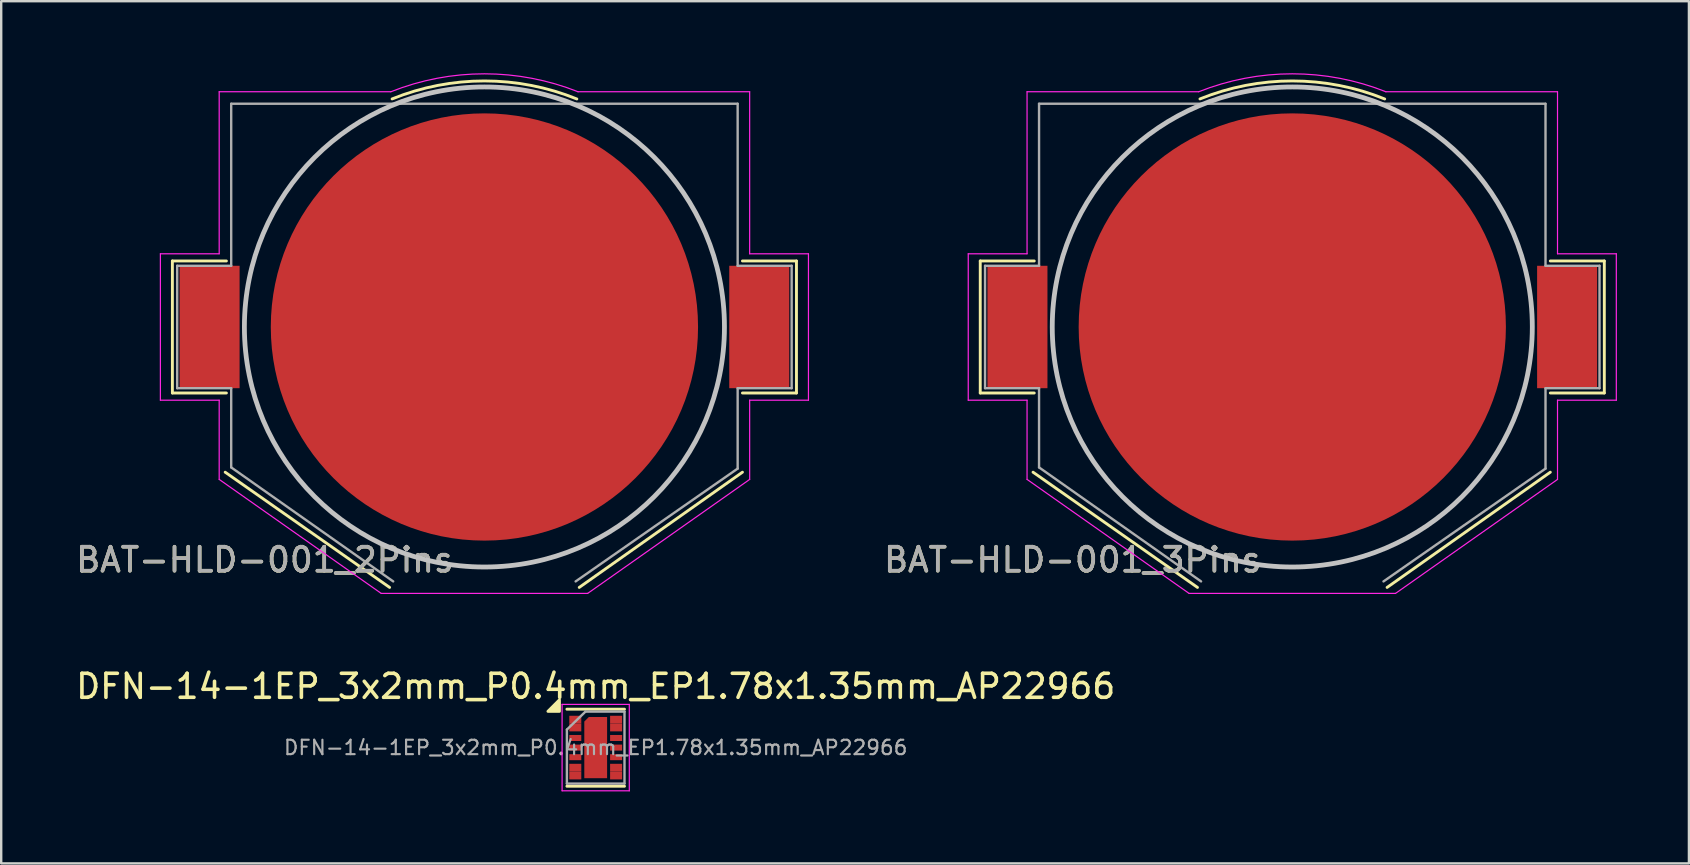
<source format=kicad_pcb>
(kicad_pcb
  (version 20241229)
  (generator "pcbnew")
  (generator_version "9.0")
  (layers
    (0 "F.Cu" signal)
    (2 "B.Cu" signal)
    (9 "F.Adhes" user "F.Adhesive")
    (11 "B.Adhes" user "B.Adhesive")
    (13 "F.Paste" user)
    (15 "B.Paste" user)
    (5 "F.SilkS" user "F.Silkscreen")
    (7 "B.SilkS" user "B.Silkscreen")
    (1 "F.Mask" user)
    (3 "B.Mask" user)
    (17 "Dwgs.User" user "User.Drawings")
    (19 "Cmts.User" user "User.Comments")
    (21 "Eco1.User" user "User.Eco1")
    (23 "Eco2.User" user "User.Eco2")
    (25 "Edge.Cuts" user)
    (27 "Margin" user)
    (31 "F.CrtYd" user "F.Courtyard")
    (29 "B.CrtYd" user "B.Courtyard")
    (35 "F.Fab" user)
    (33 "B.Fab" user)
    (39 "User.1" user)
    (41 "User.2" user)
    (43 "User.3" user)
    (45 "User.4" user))
  (footprint "BAT-HLD-001_3Pins"
    (layer "F.Cu")
    (at 50.789 10.573)
    (property "Reference" "BAT-HLD-001_3Pins" (at -9.15 9.7 0) (layer "F.SilkS") (effects (font (size 1 1) (thickness 0.15))))
    (attr smd)
    (fp_line (start -13 -2.75) (end -13 2.75) (stroke (width 0.12) (type solid)) (layer "F.SilkS"))
    (fp_line (start -13 2.75) (end -10.75 2.75) (stroke (width 0.12) (type solid)) (layer "F.SilkS"))
    (fp_line (start -10.8 6.05) (end -3.95 10.85) (stroke (width 0.12) (type solid)) (layer "F.SilkS"))
    (fp_line (start -10.75 -2.75) (end -13 -2.75) (stroke (width 0.12) (type solid)) (layer "F.SilkS"))
    (fp_line (start 3.95 10.85) (end 10.75 6.05) (stroke (width 0.12) (type solid)) (layer "F.SilkS"))
    (fp_line (start 10.75 2.75) (end 13 2.75) (stroke (width 0.12) (type solid)) (layer "F.SilkS"))
    (fp_line (start 13 -2.75) (end 10.75 -2.75) (stroke (width 0.12) (type solid)) (layer "F.SilkS"))
    (fp_line (start 13 2.75) (end 13 -2.75) (stroke (width 0.12) (type solid)) (layer "F.SilkS"))
    (fp_arc (start -3.846385 -9.501464) (mid 0.00195 -10.250487) (end 3.85 -9.5) (stroke (width 0.12) (type solid)) (layer "F.SilkS"))
    (fp_circle (center 0 0) (end 10 0) (stroke (width 0.2) (type solid)) (fill no) (layer "Dwgs.User"))
    (fp_line (start -13.5 -3.05) (end -11.05 -3.05) (stroke (width 0.05) (type solid)) (layer "F.CrtYd"))
    (fp_line (start -13.5 3.05) (end -13.5 -3.05) (stroke (width 0.05) (type solid)) (layer "F.CrtYd"))
    (fp_line (start -11.05 -9.8) (end -3.9 -9.8) (stroke (width 0.05) (type solid)) (layer "F.CrtYd"))
    (fp_line (start -11.05 -3.05) (end -11.05 -9.8) (stroke (width 0.05) (type solid)) (layer "F.CrtYd"))
    (fp_line (start -11.05 3.05) (end -13.5 3.05) (stroke (width 0.05) (type solid)) (layer "F.CrtYd"))
    (fp_line (start -11.05 6.35) (end -11.05 3.05) (stroke (width 0.05) (type solid)) (layer "F.CrtYd"))
    (fp_line (start -4.3 11.1) (end -11.05 6.35) (stroke (width 0.05) (type solid)) (layer "F.CrtYd"))
    (fp_line (start 4.3 11.1) (end -4.3 11.1) (stroke (width 0.05) (type solid)) (layer "F.CrtYd"))
    (fp_line (start 11.05 -9.8) (end 3.9 -9.8) (stroke (width 0.05) (type solid)) (layer "F.CrtYd"))
    (fp_line (start 11.05 -9.8) (end 11.05 -3.05) (stroke (width 0.05) (type solid)) (layer "F.CrtYd"))
    (fp_line (start 11.05 -3.05) (end 13.5 -3.05) (stroke (width 0.05) (type solid)) (layer "F.CrtYd"))
    (fp_line (start 11.05 3.05) (end 11.05 6.35) (stroke (width 0.05) (type solid)) (layer "F.CrtYd"))
    (fp_line (start 11.05 6.35) (end 4.3 11.1) (stroke (width 0.05) (type solid)) (layer "F.CrtYd"))
    (fp_line (start 13.5 -3.05) (end 13.5 3.05) (stroke (width 0.05) (type solid)) (layer "F.CrtYd"))
    (fp_line (start 13.5 3.05) (end 11.05 3.05) (stroke (width 0.05) (type solid)) (layer "F.CrtYd"))
    (fp_arc (start -3.9 -9.8) (mid 0 -10.547512) (end 3.9 -9.8) (stroke (width 0.05) (type solid)) (layer "F.CrtYd"))
    (fp_line (start -12.8 -2.55) (end -12.8 2.55) (stroke (width 0.1) (type solid)) (layer "F.Fab"))
    (fp_line (start -12.8 -2.55) (end -10.55 -2.55) (stroke (width 0.1) (type solid)) (layer "F.Fab"))
    (fp_line (start -12.8 2.55) (end -10.55 2.55) (stroke (width 0.1) (type solid)) (layer "F.Fab"))
    (fp_line (start -10.55 -2.55) (end -10.55 -9.3) (stroke (width 0.1) (type solid)) (layer "F.Fab"))
    (fp_line (start -10.55 2.55) (end -10.55 5.85) (stroke (width 0.1) (type solid)) (layer "F.Fab"))
    (fp_line (start -10.55 5.85) (end -3.8 10.6) (stroke (width 0.1) (type solid)) (layer "F.Fab"))
    (fp_line (start 10.55 -9.3) (end -10.55 -9.3) (stroke (width 0.1) (type solid)) (layer "F.Fab"))
    (fp_line (start 10.55 -2.55) (end 10.55 -9.3) (stroke (width 0.1) (type solid)) (layer "F.Fab"))
    (fp_line (start 10.55 2.55) (end 10.55 5.9) (stroke (width 0.1) (type solid)) (layer "F.Fab"))
    (fp_line (start 10.55 2.55) (end 12.8 2.55) (stroke (width 0.1) (type solid)) (layer "F.Fab"))
    (fp_line (start 10.55 5.9) (end 3.8 10.6) (stroke (width 0.1) (type solid)) (layer "F.Fab"))
    (fp_line (start 12.8 -2.55) (end 10.55 -2.55) (stroke (width 0.1) (type solid)) (layer "F.Fab"))
    (fp_line (start 12.8 2.55) (end 12.8 -2.55) (stroke (width 0.1) (type solid)) (layer "F.Fab"))
    (fp_text user "${REFERENCE}" (at -9.15 9.7 0) (layer "F.Fab") (effects (font (size 1 1) (thickness 0.15))))
    (pad "1" smd rect (at -11.45 0) (size 2.5 5.1) (layers "F.Cu" "F.Mask" "F.Paste"))
    (pad "2" smd circle (at 0 0) (size 17.8 17.8) (layers "F.Cu" "F.Mask"))
    (pad "3" smd rect (at 11.45 0) (size 2.5 5.1) (layers "F.Cu" "F.Mask" "F.Paste")))
  (footprint "DFN-14-1EP_3x2mm_P0.4mm_EP1.78x1.35mm_AP22966"
    (layer "F.Cu")
    (at 21.768 28.096)
    (property "Reference" "DFN-14-1EP_3x2mm_P0.4mm_EP1.78x1.35mm_AP22966" (at 0 -2.55 0) (layer "F.SilkS") (effects (font (size 1 1) (thickness 0.15))))
    (attr smd)
    (fp_line (start -1.2 -1.6) (end 1.2 -1.6) (stroke (width 0.12) (type solid)) (layer "F.SilkS"))
    (fp_line (start -1.2 1.61) (end 1.2 1.61) (stroke (width 0.12) (type solid)) (layer "F.SilkS"))
    (fp_poly (pts (xy -1.51 -1.51) (xy -1.99 -1.51) (xy -1.51 -1.99) (xy -1.51 -1.51)) (stroke (width 0.12) (type solid)) (fill yes) (layer "F.SilkS"))
    (fp_line (start -1.4 -1.8) (end -1.4 1.8) (stroke (width 0.05) (type solid)) (layer "F.CrtYd"))
    (fp_line (start -1.4 -1.8) (end 1.4 -1.8) (stroke (width 0.05) (type solid)) (layer "F.CrtYd"))
    (fp_line (start -1.4 1.8) (end 1.4 1.8) (stroke (width 0.05) (type solid)) (layer "F.CrtYd"))
    (fp_line (start 1.4 -1.8) (end 1.4 1.8) (stroke (width 0.05) (type solid)) (layer "F.CrtYd"))
    (fp_line (start -1.2 -0.75) (end -0.425 -1.5) (stroke (width 0.1) (type solid)) (layer "F.Fab"))
    (fp_line (start -1.2 1.5) (end -1.2 -0.75) (stroke (width 0.1) (type solid)) (layer "F.Fab"))
    (fp_line (start -0.425 -1.5) (end 1.2 -1.5) (stroke (width 0.1) (type solid)) (layer "F.Fab"))
    (fp_line (start 1.2 -1.5) (end 1.2 1.5) (stroke (width 0.1) (type solid)) (layer "F.Fab"))
    (fp_line (start 1.2 1.5) (end -1.2 1.5) (stroke (width 0.1) (type solid)) (layer "F.Fab"))
    (fp_text user "${REFERENCE}" (at 0 0 0) (layer "F.Fab") (effects (font (size 0.6 0.6) (thickness 0.09))))
    (pad "1" smd rect (at -0.85 -1.163) (size 0.5 0.325) (layers "F.Cu" "F.Mask" "F.Paste"))
    (pad "2" smd rect (at -0.85 -0.838) (size 0.5 0.325) (layers "F.Cu" "F.Mask" "F.Paste"))
    (pad "3" smd rect (at -0.85 -0.4) (size 0.5 0.25) (layers "F.Cu" "F.Mask" "F.Paste"))
    (pad "4" smd rect (at -0.85 0) (size 0.5 0.25) (layers "F.Cu" "F.Mask" "F.Paste"))
    (pad "5" smd rect (at -0.85 0.4) (size 0.5 0.25) (layers "F.Cu" "F.Mask" "F.Paste"))
    (pad "6" smd rect (at -0.85 0.838) (size 0.5 0.325) (layers "F.Cu" "F.Mask" "F.Paste"))
    (pad "7" smd rect (at -0.85 1.163) (size 0.5 0.325) (layers "F.Cu" "F.Mask" "F.Paste"))
    (pad "8" smd rect (at 0.85 1.163) (size 0.5 0.325) (layers "F.Cu" "F.Mask" "F.Paste"))
    (pad "9" smd rect (at 0.85 0.838) (size 0.5 0.325) (layers "F.Cu" "F.Mask" "F.Paste"))
    (pad "10" smd rect (at 0.85 0.4) (size 0.5 0.25) (layers "F.Cu" "F.Mask" "F.Paste"))
    (pad "11" smd rect (at 0.85 0) (size 0.5 0.25) (layers "F.Cu" "F.Mask" "F.Paste"))
    (pad "12" smd rect (at 0.85 -0.4) (size 0.5 0.25) (layers "F.Cu" "F.Mask" "F.Paste"))
    (pad "13" smd rect (at 0.85 -0.838) (size 0.5 0.325) (layers "F.Cu" "F.Mask" "F.Paste"))
    (pad "14" smd rect (at 0.85 -1.163) (size 0.5 0.325) (layers "F.Cu" "F.Mask" "F.Paste"))
    (pad "15" smd roundrect (at 0 0) (size 0.95 2.55) (layers "F.Cu" "F.Mask" "F.Paste") (roundrect_rratio 0) (chamfer_ratio 0.2) (chamfer top_left)))
  (footprint "BAT-HLD-001_2Pins"
    (layer "F.Cu")
    (at 17.132 10.573)
    (property "Reference" "BAT-HLD-001_2Pins" (at -9.15 9.7 0) (layer "F.SilkS") (effects (font (size 1 1) (thickness 0.15))))
    (attr smd)
    (fp_line (start -13 -2.75) (end -13 2.75) (stroke (width 0.12) (type solid)) (layer "F.SilkS"))
    (fp_line (start -13 2.75) (end -10.75 2.75) (stroke (width 0.12) (type solid)) (layer "F.SilkS"))
    (fp_line (start -10.8 6.05) (end -3.95 10.85) (stroke (width 0.12) (type solid)) (layer "F.SilkS"))
    (fp_line (start -10.75 -2.75) (end -13 -2.75) (stroke (width 0.12) (type solid)) (layer "F.SilkS"))
    (fp_line (start 3.95 10.85) (end 10.75 6.05) (stroke (width 0.12) (type solid)) (layer "F.SilkS"))
    (fp_line (start 10.75 2.75) (end 13 2.75) (stroke (width 0.12) (type solid)) (layer "F.SilkS"))
    (fp_line (start 13 -2.75) (end 10.75 -2.75) (stroke (width 0.12) (type solid)) (layer "F.SilkS"))
    (fp_line (start 13 2.75) (end 13 -2.75) (stroke (width 0.12) (type solid)) (layer "F.SilkS"))
    (fp_arc (start -3.846385 -9.501464) (mid 0.00195 -10.250487) (end 3.85 -9.5) (stroke (width 0.12) (type solid)) (layer "F.SilkS"))
    (fp_circle (center 0 0) (end 10 0) (stroke (width 0.2) (type solid)) (fill no) (layer "Dwgs.User"))
    (fp_line (start -13.5 -3.05) (end -11.05 -3.05) (stroke (width 0.05) (type solid)) (layer "F.CrtYd"))
    (fp_line (start -13.5 3.05) (end -13.5 -3.05) (stroke (width 0.05) (type solid)) (layer "F.CrtYd"))
    (fp_line (start -11.05 -9.8) (end -3.9 -9.8) (stroke (width 0.05) (type solid)) (layer "F.CrtYd"))
    (fp_line (start -11.05 -3.05) (end -11.05 -9.8) (stroke (width 0.05) (type solid)) (layer "F.CrtYd"))
    (fp_line (start -11.05 3.05) (end -13.5 3.05) (stroke (width 0.05) (type solid)) (layer "F.CrtYd"))
    (fp_line (start -11.05 6.35) (end -11.05 3.05) (stroke (width 0.05) (type solid)) (layer "F.CrtYd"))
    (fp_line (start -4.3 11.1) (end -11.05 6.35) (stroke (width 0.05) (type solid)) (layer "F.CrtYd"))
    (fp_line (start 4.3 11.1) (end -4.3 11.1) (stroke (width 0.05) (type solid)) (layer "F.CrtYd"))
    (fp_line (start 11.05 -9.8) (end 3.9 -9.8) (stroke (width 0.05) (type solid)) (layer "F.CrtYd"))
    (fp_line (start 11.05 -9.8) (end 11.05 -3.05) (stroke (width 0.05) (type solid)) (layer "F.CrtYd"))
    (fp_line (start 11.05 -3.05) (end 13.5 -3.05) (stroke (width 0.05) (type solid)) (layer "F.CrtYd"))
    (fp_line (start 11.05 3.05) (end 11.05 6.35) (stroke (width 0.05) (type solid)) (layer "F.CrtYd"))
    (fp_line (start 11.05 6.35) (end 4.3 11.1) (stroke (width 0.05) (type solid)) (layer "F.CrtYd"))
    (fp_line (start 13.5 -3.05) (end 13.5 3.05) (stroke (width 0.05) (type solid)) (layer "F.CrtYd"))
    (fp_line (start 13.5 3.05) (end 11.05 3.05) (stroke (width 0.05) (type solid)) (layer "F.CrtYd"))
    (fp_arc (start -3.9 -9.8) (mid 0 -10.547512) (end 3.9 -9.8) (stroke (width 0.05) (type solid)) (layer "F.CrtYd"))
    (fp_line (start -12.8 -2.55) (end -12.8 2.55) (stroke (width 0.1) (type solid)) (layer "F.Fab"))
    (fp_line (start -12.8 -2.55) (end -10.55 -2.55) (stroke (width 0.1) (type solid)) (layer "F.Fab"))
    (fp_line (start -12.8 2.55) (end -10.55 2.55) (stroke (width 0.1) (type solid)) (layer "F.Fab"))
    (fp_line (start -10.55 -2.55) (end -10.55 -9.3) (stroke (width 0.1) (type solid)) (layer "F.Fab"))
    (fp_line (start -10.55 2.55) (end -10.55 5.85) (stroke (width 0.1) (type solid)) (layer "F.Fab"))
    (fp_line (start -10.55 5.85) (end -3.8 10.6) (stroke (width 0.1) (type solid)) (layer "F.Fab"))
    (fp_line (start 10.55 -9.3) (end -10.55 -9.3) (stroke (width 0.1) (type solid)) (layer "F.Fab"))
    (fp_line (start 10.55 -2.55) (end 10.55 -9.3) (stroke (width 0.1) (type solid)) (layer "F.Fab"))
    (fp_line (start 10.55 2.55) (end 10.55 5.9) (stroke (width 0.1) (type solid)) (layer "F.Fab"))
    (fp_line (start 10.55 2.55) (end 12.8 2.55) (stroke (width 0.1) (type solid)) (layer "F.Fab"))
    (fp_line (start 10.55 5.9) (end 3.8 10.6) (stroke (width 0.1) (type solid)) (layer "F.Fab"))
    (fp_line (start 12.8 -2.55) (end 10.55 -2.55) (stroke (width 0.1) (type solid)) (layer "F.Fab"))
    (fp_line (start 12.8 2.55) (end 12.8 -2.55) (stroke (width 0.1) (type solid)) (layer "F.Fab"))
    (fp_text user "${REFERENCE}" (at -9.15 9.7 0) (layer "F.Fab") (effects (font (size 1 1) (thickness 0.15))))
    (pad "1" smd rect (at -11.45 0) (size 2.5 5.1) (layers "F.Cu" "F.Mask" "F.Paste"))
    (pad "1" smd rect (at 11.45 0) (size 2.5 5.1) (layers "F.Cu" "F.Mask" "F.Paste"))
    (pad "2" smd circle (at 0 0) (size 17.8 17.8) (layers "F.Cu" "F.Mask")))
  (gr_rect
    (start -3 -3)
    (end 67.314 32.921)
    (stroke (width 0.1) (type default))
    (fill no)
    (layer "Edge.Cuts")))
</source>
